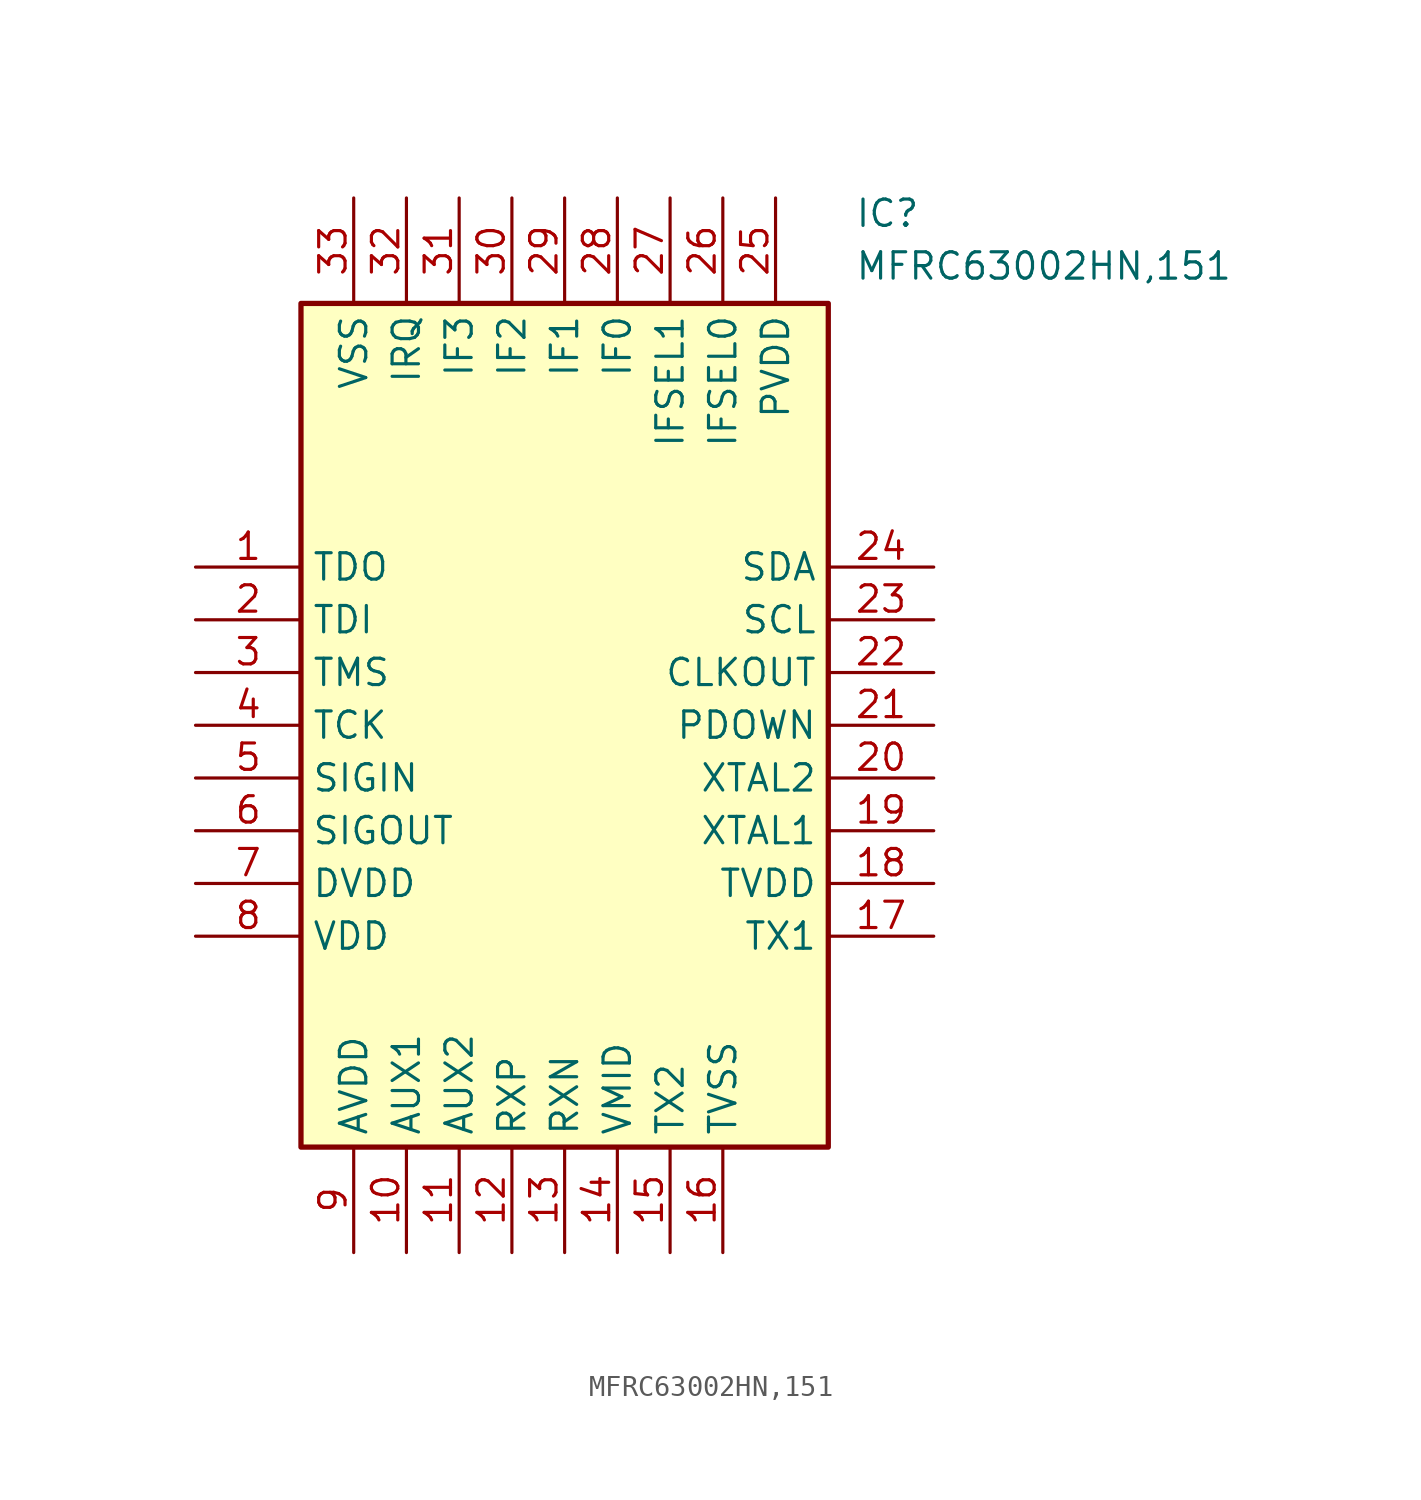
<source format=kicad_sym>
(kicad_symbol_lib
  (version 20211014)
  (generator SamacSys_ECAD_Model)
  (symbol "MFRC63002HN,151"
    (property "Reference" "IC"
      (at 31.75 17.78 0)
      (effects (font (size 1.27 1.27)) (justify left top)))
    (property "Value" "MFRC63002HN,151"
      (at 31.75 15.24 0)
      (effects (font (size 1.27 1.27)) (justify left top)))
    (rectangle
      (start 5.08 12.7)
      (end 30.48 -27.94)
      (stroke (width 0.254) (type default))
      (fill (type background)))
    (pin output line
      (at 0 0 0)
      (length 5.08)
      (name "TDO" (effects (font (size 1.27 1.27))))
      (number "1" (effects (font (size 1.27 1.27)))))
    (pin input line
      (at 0 -2.54 0)
      (length 5.08)
      (name "TDI" (effects (font (size 1.27 1.27))))
      (number "2" (effects (font (size 1.27 1.27)))))
    (pin input line
      (at 0 -5.08 0)
      (length 5.08)
      (name "TMS" (effects (font (size 1.27 1.27))))
      (number "3" (effects (font (size 1.27 1.27)))))
    (pin input line
      (at 0 -7.62 0)
      (length 5.08)
      (name "TCK" (effects (font (size 1.27 1.27))))
      (number "4" (effects (font (size 1.27 1.27)))))
    (pin input line
      (at 0 -10.16 0)
      (length 5.08)
      (name "SIGIN" (effects (font (size 1.27 1.27))))
      (number "5" (effects (font (size 1.27 1.27)))))
    (pin output line
      (at 0 -12.7 0)
      (length 5.08)
      (name "SIGOUT" (effects (font (size 1.27 1.27))))
      (number "6" (effects (font (size 1.27 1.27)))))
    (pin power_in line
      (at 0 -15.24 0)
      (length 5.08)
      (name "DVDD" (effects (font (size 1.27 1.27))))
      (number "7" (effects (font (size 1.27 1.27)))))
    (pin power_in line
      (at 0 -17.78 0)
      (length 5.08)
      (name "VDD" (effects (font (size 1.27 1.27))))
      (number "8" (effects (font (size 1.27 1.27)))))
    (pin power_in line
      (at 7.62 -33.02 90)
      (length 5.08)
      (name "AVDD" (effects (font (size 1.27 1.27))))
      (number "9" (effects (font (size 1.27 1.27)))))
    (pin output line
      (at 10.16 -33.02 90)
      (length 5.08)
      (name "AUX1" (effects (font (size 1.27 1.27))))
      (number "10" (effects (font (size 1.27 1.27)))))
    (pin output line
      (at 12.7 -33.02 90)
      (length 5.08)
      (name "AUX2" (effects (font (size 1.27 1.27))))
      (number "11" (effects (font (size 1.27 1.27)))))
    (pin input line
      (at 15.24 -33.02 90)
      (length 5.08)
      (name "RXP" (effects (font (size 1.27 1.27))))
      (number "12" (effects (font (size 1.27 1.27)))))
    (pin input line
      (at 17.78 -33.02 90)
      (length 5.08)
      (name "RXN" (effects (font (size 1.27 1.27))))
      (number "13" (effects (font (size 1.27 1.27)))))
    (pin power_in line
      (at 20.32 -33.02 90)
      (length 5.08)
      (name "VMID" (effects (font (size 1.27 1.27))))
      (number "14" (effects (font (size 1.27 1.27)))))
    (pin output line
      (at 22.86 -33.02 90)
      (length 5.08)
      (name "TX2" (effects (font (size 1.27 1.27))))
      (number "15" (effects (font (size 1.27 1.27)))))
    (pin power_in line
      (at 25.4 -33.02 90)
      (length 5.08)
      (name "TVSS" (effects (font (size 1.27 1.27))))
      (number "16" (effects (font (size 1.27 1.27)))))
    (pin bidirectional line
      (at 35.56 0 180)
      (length 5.08)
      (name "SDA" (effects (font (size 1.27 1.27))))
      (number "24" (effects (font (size 1.27 1.27)))))
    (pin output line
      (at 35.56 -2.54 180)
      (length 5.08)
      (name "SCL" (effects (font (size 1.27 1.27))))
      (number "23" (effects (font (size 1.27 1.27)))))
    (pin output line
      (at 35.56 -5.08 180)
      (length 5.08)
      (name "CLKOUT" (effects (font (size 1.27 1.27))))
      (number "22" (effects (font (size 1.27 1.27)))))
    (pin input line
      (at 35.56 -7.62 180)
      (length 5.08)
      (name "PDOWN" (effects (font (size 1.27 1.27))))
      (number "21" (effects (font (size 1.27 1.27)))))
    (pin output line
      (at 35.56 -10.16 180)
      (length 5.08)
      (name "XTAL2" (effects (font (size 1.27 1.27))))
      (number "20" (effects (font (size 1.27 1.27)))))
    (pin input line
      (at 35.56 -12.7 180)
      (length 5.08)
      (name "XTAL1" (effects (font (size 1.27 1.27))))
      (number "19" (effects (font (size 1.27 1.27)))))
    (pin power_in line
      (at 35.56 -15.24 180)
      (length 5.08)
      (name "TVDD" (effects (font (size 1.27 1.27))))
      (number "18" (effects (font (size 1.27 1.27)))))
    (pin output line
      (at 35.56 -17.78 180)
      (length 5.08)
      (name "TX1" (effects (font (size 1.27 1.27))))
      (number "17" (effects (font (size 1.27 1.27)))))
    (pin power_in line
      (at 7.62 17.78 270)
      (length 5.08)
      (name "VSS" (effects (font (size 1.27 1.27))))
      (number "33" (effects (font (size 1.27 1.27)))))
    (pin output line
      (at 10.16 17.78 270)
      (length 5.08)
      (name "IRQ" (effects (font (size 1.27 1.27))))
      (number "32" (effects (font (size 1.27 1.27)))))
    (pin bidirectional line
      (at 12.7 17.78 270)
      (length 5.08)
      (name "IF3" (effects (font (size 1.27 1.27))))
      (number "31" (effects (font (size 1.27 1.27)))))
    (pin bidirectional line
      (at 15.24 17.78 270)
      (length 5.08)
      (name "IF2" (effects (font (size 1.27 1.27))))
      (number "30" (effects (font (size 1.27 1.27)))))
    (pin bidirectional line
      (at 17.78 17.78 270)
      (length 5.08)
      (name "IF1" (effects (font (size 1.27 1.27))))
      (number "29" (effects (font (size 1.27 1.27)))))
    (pin bidirectional line
      (at 20.32 17.78 270)
      (length 5.08)
      (name "IF0" (effects (font (size 1.27 1.27))))
      (number "28" (effects (font (size 1.27 1.27)))))
    (pin input line
      (at 22.86 17.78 270)
      (length 5.08)
      (name "IFSEL1" (effects (font (size 1.27 1.27))))
      (number "27" (effects (font (size 1.27 1.27)))))
    (pin input line
      (at 25.4 17.78 270)
      (length 5.08)
      (name "IFSEL0" (effects (font (size 1.27 1.27))))
      (number "26" (effects (font (size 1.27 1.27)))))
    (pin power_in line
      (at 27.94 17.78 270)
      (length 5.08)
      (name "PVDD" (effects (font (size 1.27 1.27))))
      (number "25" (effects (font (size 1.27 1.27)))))))
</source>
